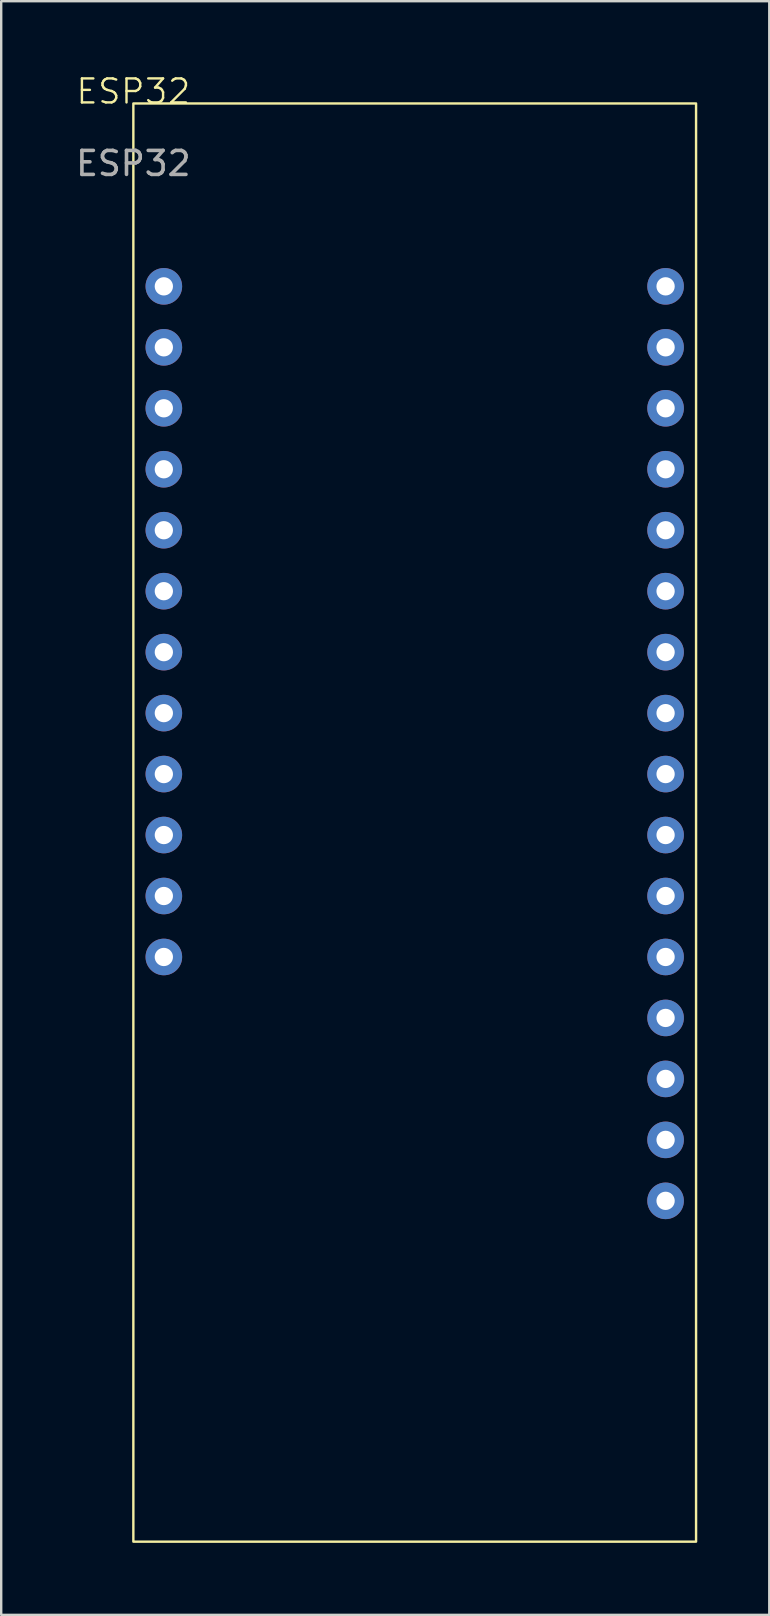
<source format=kicad_pcb>
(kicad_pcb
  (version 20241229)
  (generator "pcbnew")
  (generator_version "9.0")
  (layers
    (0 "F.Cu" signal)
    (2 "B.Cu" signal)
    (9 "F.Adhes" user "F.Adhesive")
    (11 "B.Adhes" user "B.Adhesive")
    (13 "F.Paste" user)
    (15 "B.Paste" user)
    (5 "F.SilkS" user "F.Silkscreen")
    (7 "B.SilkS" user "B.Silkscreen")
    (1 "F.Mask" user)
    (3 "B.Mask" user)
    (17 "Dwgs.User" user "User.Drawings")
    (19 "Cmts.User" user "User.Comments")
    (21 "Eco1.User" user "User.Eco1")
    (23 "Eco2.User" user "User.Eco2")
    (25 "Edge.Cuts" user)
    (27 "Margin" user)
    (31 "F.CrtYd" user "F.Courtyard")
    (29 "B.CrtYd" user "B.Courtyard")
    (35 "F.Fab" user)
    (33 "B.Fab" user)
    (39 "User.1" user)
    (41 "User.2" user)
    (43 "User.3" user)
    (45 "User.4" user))
  (footprint "ESP32"
    (layer "F.Cu")
    (at 2.506 1.26)
    (property "Reference" "ESP32" (at 0 -0.5 0) (unlocked yes) (layer "F.SilkS") (effects (font (size 1 1) (thickness 0.1))))
    (attr through_hole)
    (fp_rect (start 0 0) (end 23.444 59.919) (stroke (width 0.1) (type default)) (fill no) (layer "F.SilkS"))
    (fp_text user "${REFERENCE}" (at 0 2.5 0) (unlocked yes) (layer "F.Fab") (effects (font (size 1 1) (thickness 0.15))))
    (pad "1" thru_hole circle (at 1.27 7.62) (size 1.524 1.524) (drill 0.762) (layers "*.Cu" "*.Mask"))
    (pad "2" thru_hole circle (at 1.27 10.16) (size 1.524 1.524) (drill 0.762) (layers "*.Cu" "*.Mask"))
    (pad "3" thru_hole circle (at 1.27 12.7) (size 1.524 1.524) (drill 0.762) (layers "*.Cu" "*.Mask"))
    (pad "4" thru_hole circle (at 1.27 15.24) (size 1.524 1.524) (drill 0.762) (layers "*.Cu" "*.Mask"))
    (pad "5" thru_hole circle (at 1.27 17.78) (size 1.524 1.524) (drill 0.762) (layers "*.Cu" "*.Mask"))
    (pad "6" thru_hole circle (at 1.27 20.32) (size 1.524 1.524) (drill 0.762) (layers "*.Cu" "*.Mask"))
    (pad "7" thru_hole circle (at 1.27 22.86) (size 1.524 1.524) (drill 0.762) (layers "*.Cu" "*.Mask"))
    (pad "8" thru_hole circle (at 1.27 25.4) (size 1.524 1.524) (drill 0.762) (layers "*.Cu" "*.Mask"))
    (pad "9" thru_hole circle (at 1.27 27.94) (size 1.524 1.524) (drill 0.762) (layers "*.Cu" "*.Mask"))
    (pad "10" thru_hole circle (at 1.27 30.48) (size 1.524 1.524) (drill 0.762) (layers "*.Cu" "*.Mask"))
    (pad "11" thru_hole circle (at 1.27 33.02) (size 1.524 1.524) (drill 0.762) (layers "*.Cu" "*.Mask"))
    (pad "12" thru_hole circle (at 1.27 35.56) (size 1.524 1.524) (drill 0.762) (layers "*.Cu" "*.Mask"))
    (pad "19" thru_hole circle (at 22.174 45.72) (size 1.524 1.524) (drill 0.762) (layers "*.Cu" "*.Mask"))
    (pad "20" thru_hole circle (at 22.174 43.18) (size 1.524 1.524) (drill 0.762) (layers "*.Cu" "*.Mask"))
    (pad "21" thru_hole circle (at 22.174 40.64) (size 1.524 1.524) (drill 0.762) (layers "*.Cu" "*.Mask"))
    (pad "22" thru_hole circle (at 22.174 38.1) (size 1.524 1.524) (drill 0.762) (layers "*.Cu" "*.Mask"))
    (pad "24" thru_hole circle (at 22.174 35.56) (size 1.524 1.524) (drill 0.762) (layers "*.Cu" "*.Mask"))
    (pad "25" thru_hole circle (at 22.174 33.02) (size 1.524 1.524) (drill 0.762) (layers "*.Cu" "*.Mask"))
    (pad "26" thru_hole circle (at 22.174 30.48) (size 1.524 1.524) (drill 0.762) (layers "*.Cu" "*.Mask"))
    (pad "27" thru_hole circle (at 22.174 27.94) (size 1.524 1.524) (drill 0.762) (layers "*.Cu" "*.Mask"))
    (pad "28" thru_hole circle (at 22.174 25.4) (size 1.524 1.524) (drill 0.762) (layers "*.Cu" "*.Mask"))
    (pad "29" thru_hole circle (at 22.174 22.86) (size 1.524 1.524) (drill 0.762) (layers "*.Cu" "*.Mask"))
    (pad "30" thru_hole circle (at 22.174 20.32) (size 1.524 1.524) (drill 0.762) (layers "*.Cu" "*.Mask"))
    (pad "31" thru_hole circle (at 22.174 17.78) (size 1.524 1.524) (drill 0.762) (layers "*.Cu" "*.Mask"))
    (pad "32" thru_hole circle (at 22.174 15.24) (size 1.524 1.524) (drill 0.762) (layers "*.Cu" "*.Mask"))
    (pad "33" thru_hole circle (at 22.174 12.7) (size 1.524 1.524) (drill 0.762) (layers "*.Cu" "*.Mask"))
    (pad "34" thru_hole circle (at 22.174 10.16) (size 1.524 1.524) (drill 0.762) (layers "*.Cu" "*.Mask"))
    (pad "35" thru_hole circle (at 22.174 7.62) (size 1.524 1.524) (drill 0.762) (layers "*.Cu" "*.Mask")))
  (gr_rect
    (start -3 -3)
    (end 29 64.229)
    (stroke (width 0.1) (type default))
    (fill no)
    (layer "Edge.Cuts")))
</source>
